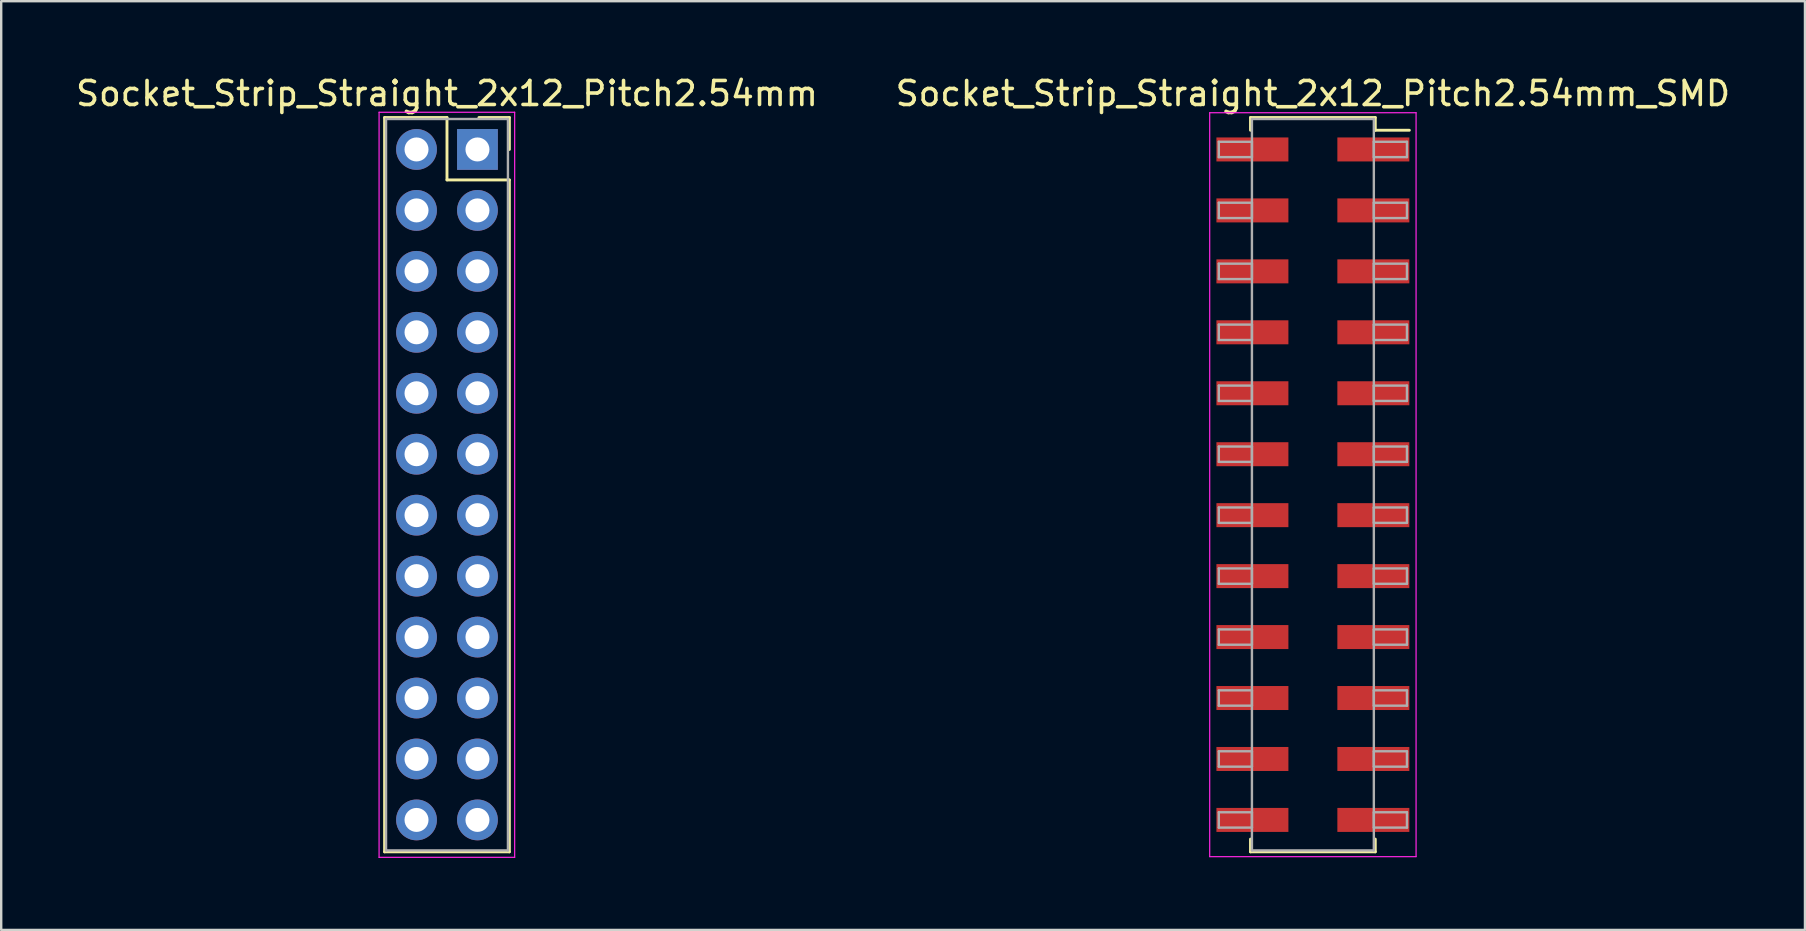
<source format=kicad_pcb>
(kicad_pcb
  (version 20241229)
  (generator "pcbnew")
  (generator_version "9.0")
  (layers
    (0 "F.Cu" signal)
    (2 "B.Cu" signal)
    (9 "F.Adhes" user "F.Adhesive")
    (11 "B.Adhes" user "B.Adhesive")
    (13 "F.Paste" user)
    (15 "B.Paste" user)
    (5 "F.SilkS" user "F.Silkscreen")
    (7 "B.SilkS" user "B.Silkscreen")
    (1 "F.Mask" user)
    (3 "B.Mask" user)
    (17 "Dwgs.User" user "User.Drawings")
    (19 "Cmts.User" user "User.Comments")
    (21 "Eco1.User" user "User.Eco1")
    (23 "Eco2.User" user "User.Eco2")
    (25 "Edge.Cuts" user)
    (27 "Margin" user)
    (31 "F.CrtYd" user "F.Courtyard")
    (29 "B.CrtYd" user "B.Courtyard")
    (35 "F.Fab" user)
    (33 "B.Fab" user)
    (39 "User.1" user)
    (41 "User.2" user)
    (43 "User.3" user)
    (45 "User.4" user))
  (footprint "Socket_Strip_Straight_2x12_Pitch2.54mm_SMD"
    (layer "F.Cu")
    (at 51.661 17.148)
    (property "Reference" "Socket_Strip_Straight_2x12_Pitch2.54mm_SMD" (at 0 -16.3 0) (layer "F.SilkS") (effects (font (size 1 1) (thickness 0.15))))
    (attr smd)
    (fp_line (start -2.6 -15.3) (end 2.6 -15.3) (stroke (width 0.12) (type solid)) (layer "F.SilkS"))
    (fp_line (start -2.6 -14.77) (end -2.6 -15.3) (stroke (width 0.12) (type solid)) (layer "F.SilkS"))
    (fp_line (start -2.6 14.77) (end -2.6 15.3) (stroke (width 0.12) (type solid)) (layer "F.SilkS"))
    (fp_line (start -2.6 15.3) (end 2.6 15.3) (stroke (width 0.12) (type solid)) (layer "F.SilkS"))
    (fp_line (start 2.6 -15.3) (end 2.6 -14.77) (stroke (width 0.12) (type solid)) (layer "F.SilkS"))
    (fp_line (start 2.6 15.3) (end 2.6 14.77) (stroke (width 0.12) (type solid)) (layer "F.SilkS"))
    (fp_line (start 4.02 -14.77) (end 2.6 -14.77) (stroke (width 0.12) (type solid)) (layer "F.SilkS"))
    (fp_line (start -4.3 -15.5) (end -4.3 15.5) (stroke (width 0.05) (type solid)) (layer "F.CrtYd"))
    (fp_line (start -4.3 15.5) (end 4.3 15.5) (stroke (width 0.05) (type solid)) (layer "F.CrtYd"))
    (fp_line (start 4.3 -15.5) (end -4.3 -15.5) (stroke (width 0.05) (type solid)) (layer "F.CrtYd"))
    (fp_line (start 4.3 15.5) (end 4.3 -15.5) (stroke (width 0.05) (type solid)) (layer "F.CrtYd"))
    (fp_line (start -3.92 -14.29) (end -2.54 -14.29) (stroke (width 0.1) (type solid)) (layer "F.Fab"))
    (fp_line (start -3.92 -13.65) (end -3.92 -14.29) (stroke (width 0.1) (type solid)) (layer "F.Fab"))
    (fp_line (start -3.92 -11.75) (end -2.54 -11.75) (stroke (width 0.1) (type solid)) (layer "F.Fab"))
    (fp_line (start -3.92 -11.11) (end -3.92 -11.75) (stroke (width 0.1) (type solid)) (layer "F.Fab"))
    (fp_line (start -3.92 -9.21) (end -2.54 -9.21) (stroke (width 0.1) (type solid)) (layer "F.Fab"))
    (fp_line (start -3.92 -8.57) (end -3.92 -9.21) (stroke (width 0.1) (type solid)) (layer "F.Fab"))
    (fp_line (start -3.92 -6.67) (end -2.54 -6.67) (stroke (width 0.1) (type solid)) (layer "F.Fab"))
    (fp_line (start -3.92 -6.03) (end -3.92 -6.67) (stroke (width 0.1) (type solid)) (layer "F.Fab"))
    (fp_line (start -3.92 -4.13) (end -2.54 -4.13) (stroke (width 0.1) (type solid)) (layer "F.Fab"))
    (fp_line (start -3.92 -3.49) (end -3.92 -4.13) (stroke (width 0.1) (type solid)) (layer "F.Fab"))
    (fp_line (start -3.92 -1.59) (end -2.54 -1.59) (stroke (width 0.1) (type solid)) (layer "F.Fab"))
    (fp_line (start -3.92 -0.95) (end -3.92 -1.59) (stroke (width 0.1) (type solid)) (layer "F.Fab"))
    (fp_line (start -3.92 0.95) (end -2.54 0.95) (stroke (width 0.1) (type solid)) (layer "F.Fab"))
    (fp_line (start -3.92 1.59) (end -3.92 0.95) (stroke (width 0.1) (type solid)) (layer "F.Fab"))
    (fp_line (start -3.92 3.49) (end -2.54 3.49) (stroke (width 0.1) (type solid)) (layer "F.Fab"))
    (fp_line (start -3.92 4.13) (end -3.92 3.49) (stroke (width 0.1) (type solid)) (layer "F.Fab"))
    (fp_line (start -3.92 6.03) (end -2.54 6.03) (stroke (width 0.1) (type solid)) (layer "F.Fab"))
    (fp_line (start -3.92 6.67) (end -3.92 6.03) (stroke (width 0.1) (type solid)) (layer "F.Fab"))
    (fp_line (start -3.92 8.57) (end -2.54 8.57) (stroke (width 0.1) (type solid)) (layer "F.Fab"))
    (fp_line (start -3.92 9.21) (end -3.92 8.57) (stroke (width 0.1) (type solid)) (layer "F.Fab"))
    (fp_line (start -3.92 11.11) (end -2.54 11.11) (stroke (width 0.1) (type solid)) (layer "F.Fab"))
    (fp_line (start -3.92 11.75) (end -3.92 11.11) (stroke (width 0.1) (type solid)) (layer "F.Fab"))
    (fp_line (start -3.92 13.65) (end -2.54 13.65) (stroke (width 0.1) (type solid)) (layer "F.Fab"))
    (fp_line (start -3.92 14.29) (end -3.92 13.65) (stroke (width 0.1) (type solid)) (layer "F.Fab"))
    (fp_line (start -2.54 -15.24) (end -2.54 15.24) (stroke (width 0.1) (type solid)) (layer "F.Fab"))
    (fp_line (start -2.54 -14.29) (end -2.54 -13.65) (stroke (width 0.1) (type solid)) (layer "F.Fab"))
    (fp_line (start -2.54 -13.65) (end -3.92 -13.65) (stroke (width 0.1) (type solid)) (layer "F.Fab"))
    (fp_line (start -2.54 -11.75) (end -2.54 -11.11) (stroke (width 0.1) (type solid)) (layer "F.Fab"))
    (fp_line (start -2.54 -11.11) (end -3.92 -11.11) (stroke (width 0.1) (type solid)) (layer "F.Fab"))
    (fp_line (start -2.54 -9.21) (end -2.54 -8.57) (stroke (width 0.1) (type solid)) (layer "F.Fab"))
    (fp_line (start -2.54 -8.57) (end -3.92 -8.57) (stroke (width 0.1) (type solid)) (layer "F.Fab"))
    (fp_line (start -2.54 -6.67) (end -2.54 -6.03) (stroke (width 0.1) (type solid)) (layer "F.Fab"))
    (fp_line (start -2.54 -6.03) (end -3.92 -6.03) (stroke (width 0.1) (type solid)) (layer "F.Fab"))
    (fp_line (start -2.54 -4.13) (end -2.54 -3.49) (stroke (width 0.1) (type solid)) (layer "F.Fab"))
    (fp_line (start -2.54 -3.49) (end -3.92 -3.49) (stroke (width 0.1) (type solid)) (layer "F.Fab"))
    (fp_line (start -2.54 -1.59) (end -2.54 -0.95) (stroke (width 0.1) (type solid)) (layer "F.Fab"))
    (fp_line (start -2.54 -0.95) (end -3.92 -0.95) (stroke (width 0.1) (type solid)) (layer "F.Fab"))
    (fp_line (start -2.54 0.95) (end -2.54 1.59) (stroke (width 0.1) (type solid)) (layer "F.Fab"))
    (fp_line (start -2.54 1.59) (end -3.92 1.59) (stroke (width 0.1) (type solid)) (layer "F.Fab"))
    (fp_line (start -2.54 3.49) (end -2.54 4.13) (stroke (width 0.1) (type solid)) (layer "F.Fab"))
    (fp_line (start -2.54 4.13) (end -3.92 4.13) (stroke (width 0.1) (type solid)) (layer "F.Fab"))
    (fp_line (start -2.54 6.03) (end -2.54 6.67) (stroke (width 0.1) (type solid)) (layer "F.Fab"))
    (fp_line (start -2.54 6.67) (end -3.92 6.67) (stroke (width 0.1) (type solid)) (layer "F.Fab"))
    (fp_line (start -2.54 8.57) (end -2.54 9.21) (stroke (width 0.1) (type solid)) (layer "F.Fab"))
    (fp_line (start -2.54 9.21) (end -3.92 9.21) (stroke (width 0.1) (type solid)) (layer "F.Fab"))
    (fp_line (start -2.54 11.11) (end -2.54 11.75) (stroke (width 0.1) (type solid)) (layer "F.Fab"))
    (fp_line (start -2.54 11.75) (end -3.92 11.75) (stroke (width 0.1) (type solid)) (layer "F.Fab"))
    (fp_line (start -2.54 13.65) (end -2.54 14.29) (stroke (width 0.1) (type solid)) (layer "F.Fab"))
    (fp_line (start -2.54 14.29) (end -3.92 14.29) (stroke (width 0.1) (type solid)) (layer "F.Fab"))
    (fp_line (start -2.54 15.24) (end 2.54 15.24) (stroke (width 0.1) (type solid)) (layer "F.Fab"))
    (fp_line (start 2.54 -15.24) (end -2.54 -15.24) (stroke (width 0.1) (type solid)) (layer "F.Fab"))
    (fp_line (start 2.54 -14.29) (end 2.54 -13.65) (stroke (width 0.1) (type solid)) (layer "F.Fab"))
    (fp_line (start 2.54 -13.65) (end 3.92 -13.65) (stroke (width 0.1) (type solid)) (layer "F.Fab"))
    (fp_line (start 2.54 -11.75) (end 2.54 -11.11) (stroke (width 0.1) (type solid)) (layer "F.Fab"))
    (fp_line (start 2.54 -11.11) (end 3.92 -11.11) (stroke (width 0.1) (type solid)) (layer "F.Fab"))
    (fp_line (start 2.54 -9.21) (end 2.54 -8.57) (stroke (width 0.1) (type solid)) (layer "F.Fab"))
    (fp_line (start 2.54 -8.57) (end 3.92 -8.57) (stroke (width 0.1) (type solid)) (layer "F.Fab"))
    (fp_line (start 2.54 -6.67) (end 2.54 -6.03) (stroke (width 0.1) (type solid)) (layer "F.Fab"))
    (fp_line (start 2.54 -6.03) (end 3.92 -6.03) (stroke (width 0.1) (type solid)) (layer "F.Fab"))
    (fp_line (start 2.54 -4.13) (end 2.54 -3.49) (stroke (width 0.1) (type solid)) (layer "F.Fab"))
    (fp_line (start 2.54 -3.49) (end 3.92 -3.49) (stroke (width 0.1) (type solid)) (layer "F.Fab"))
    (fp_line (start 2.54 -1.59) (end 2.54 -0.95) (stroke (width 0.1) (type solid)) (layer "F.Fab"))
    (fp_line (start 2.54 -0.95) (end 3.92 -0.95) (stroke (width 0.1) (type solid)) (layer "F.Fab"))
    (fp_line (start 2.54 0.95) (end 2.54 1.59) (stroke (width 0.1) (type solid)) (layer "F.Fab"))
    (fp_line (start 2.54 1.59) (end 3.92 1.59) (stroke (width 0.1) (type solid)) (layer "F.Fab"))
    (fp_line (start 2.54 3.49) (end 2.54 4.13) (stroke (width 0.1) (type solid)) (layer "F.Fab"))
    (fp_line (start 2.54 4.13) (end 3.92 4.13) (stroke (width 0.1) (type solid)) (layer "F.Fab"))
    (fp_line (start 2.54 6.03) (end 2.54 6.67) (stroke (width 0.1) (type solid)) (layer "F.Fab"))
    (fp_line (start 2.54 6.67) (end 3.92 6.67) (stroke (width 0.1) (type solid)) (layer "F.Fab"))
    (fp_line (start 2.54 8.57) (end 2.54 9.21) (stroke (width 0.1) (type solid)) (layer "F.Fab"))
    (fp_line (start 2.54 9.21) (end 3.92 9.21) (stroke (width 0.1) (type solid)) (layer "F.Fab"))
    (fp_line (start 2.54 11.11) (end 2.54 11.75) (stroke (width 0.1) (type solid)) (layer "F.Fab"))
    (fp_line (start 2.54 11.75) (end 3.92 11.75) (stroke (width 0.1) (type solid)) (layer "F.Fab"))
    (fp_line (start 2.54 13.65) (end 2.54 14.29) (stroke (width 0.1) (type solid)) (layer "F.Fab"))
    (fp_line (start 2.54 14.29) (end 3.92 14.29) (stroke (width 0.1) (type solid)) (layer "F.Fab"))
    (fp_line (start 2.54 15.24) (end 2.54 -15.24) (stroke (width 0.1) (type solid)) (layer "F.Fab"))
    (fp_line (start 3.92 -14.29) (end 2.54 -14.29) (stroke (width 0.1) (type solid)) (layer "F.Fab"))
    (fp_line (start 3.92 -13.65) (end 3.92 -14.29) (stroke (width 0.1) (type solid)) (layer "F.Fab"))
    (fp_line (start 3.92 -11.75) (end 2.54 -11.75) (stroke (width 0.1) (type solid)) (layer "F.Fab"))
    (fp_line (start 3.92 -11.11) (end 3.92 -11.75) (stroke (width 0.1) (type solid)) (layer "F.Fab"))
    (fp_line (start 3.92 -9.21) (end 2.54 -9.21) (stroke (width 0.1) (type solid)) (layer "F.Fab"))
    (fp_line (start 3.92 -8.57) (end 3.92 -9.21) (stroke (width 0.1) (type solid)) (layer "F.Fab"))
    (fp_line (start 3.92 -6.67) (end 2.54 -6.67) (stroke (width 0.1) (type solid)) (layer "F.Fab"))
    (fp_line (start 3.92 -6.03) (end 3.92 -6.67) (stroke (width 0.1) (type solid)) (layer "F.Fab"))
    (fp_line (start 3.92 -4.13) (end 2.54 -4.13) (stroke (width 0.1) (type solid)) (layer "F.Fab"))
    (fp_line (start 3.92 -3.49) (end 3.92 -4.13) (stroke (width 0.1) (type solid)) (layer "F.Fab"))
    (fp_line (start 3.92 -1.59) (end 2.54 -1.59) (stroke (width 0.1) (type solid)) (layer "F.Fab"))
    (fp_line (start 3.92 -0.95) (end 3.92 -1.59) (stroke (width 0.1) (type solid)) (layer "F.Fab"))
    (fp_line (start 3.92 0.95) (end 2.54 0.95) (stroke (width 0.1) (type solid)) (layer "F.Fab"))
    (fp_line (start 3.92 1.59) (end 3.92 0.95) (stroke (width 0.1) (type solid)) (layer "F.Fab"))
    (fp_line (start 3.92 3.49) (end 2.54 3.49) (stroke (width 0.1) (type solid)) (layer "F.Fab"))
    (fp_line (start 3.92 4.13) (end 3.92 3.49) (stroke (width 0.1) (type solid)) (layer "F.Fab"))
    (fp_line (start 3.92 6.03) (end 2.54 6.03) (stroke (width 0.1) (type solid)) (layer "F.Fab"))
    (fp_line (start 3.92 6.67) (end 3.92 6.03) (stroke (width 0.1) (type solid)) (layer "F.Fab"))
    (fp_line (start 3.92 8.57) (end 2.54 8.57) (stroke (width 0.1) (type solid)) (layer "F.Fab"))
    (fp_line (start 3.92 9.21) (end 3.92 8.57) (stroke (width 0.1) (type solid)) (layer "F.Fab"))
    (fp_line (start 3.92 11.11) (end 2.54 11.11) (stroke (width 0.1) (type solid)) (layer "F.Fab"))
    (fp_line (start 3.92 11.75) (end 3.92 11.11) (stroke (width 0.1) (type solid)) (layer "F.Fab"))
    (fp_line (start 3.92 13.65) (end 2.54 13.65) (stroke (width 0.1) (type solid)) (layer "F.Fab"))
    (fp_line (start 3.92 14.29) (end 3.92 13.65) (stroke (width 0.1) (type solid)) (layer "F.Fab"))
    (pad "1" smd rect (at 2.52 -13.97) (size 3 1) (layers "F.Cu" "F.Mask"))
    (pad "2" smd rect (at -2.52 -13.97) (size 3 1) (layers "F.Cu" "F.Mask"))
    (pad "3" smd rect (at 2.52 -11.43) (size 3 1) (layers "F.Cu" "F.Mask"))
    (pad "4" smd rect (at -2.52 -11.43) (size 3 1) (layers "F.Cu" "F.Mask"))
    (pad "5" smd rect (at 2.52 -8.89) (size 3 1) (layers "F.Cu" "F.Mask"))
    (pad "6" smd rect (at -2.52 -8.89) (size 3 1) (layers "F.Cu" "F.Mask"))
    (pad "7" smd rect (at 2.52 -6.35) (size 3 1) (layers "F.Cu" "F.Mask"))
    (pad "8" smd rect (at -2.52 -6.35) (size 3 1) (layers "F.Cu" "F.Mask"))
    (pad "9" smd rect (at 2.52 -3.81) (size 3 1) (layers "F.Cu" "F.Mask"))
    (pad "10" smd rect (at -2.52 -3.81) (size 3 1) (layers "F.Cu" "F.Mask"))
    (pad "11" smd rect (at 2.52 -1.27) (size 3 1) (layers "F.Cu" "F.Mask"))
    (pad "12" smd rect (at -2.52 -1.27) (size 3 1) (layers "F.Cu" "F.Mask"))
    (pad "13" smd rect (at 2.52 1.27) (size 3 1) (layers "F.Cu" "F.Mask"))
    (pad "14" smd rect (at -2.52 1.27) (size 3 1) (layers "F.Cu" "F.Mask"))
    (pad "15" smd rect (at 2.52 3.81) (size 3 1) (layers "F.Cu" "F.Mask"))
    (pad "16" smd rect (at -2.52 3.81) (size 3 1) (layers "F.Cu" "F.Mask"))
    (pad "17" smd rect (at 2.52 6.35) (size 3 1) (layers "F.Cu" "F.Mask"))
    (pad "18" smd rect (at -2.52 6.35) (size 3 1) (layers "F.Cu" "F.Mask"))
    (pad "19" smd rect (at 2.52 8.89) (size 3 1) (layers "F.Cu" "F.Mask"))
    (pad "20" smd rect (at -2.52 8.89) (size 3 1) (layers "F.Cu" "F.Mask"))
    (pad "21" smd rect (at 2.52 11.43) (size 3 1) (layers "F.Cu" "F.Mask"))
    (pad "22" smd rect (at -2.52 11.43) (size 3 1) (layers "F.Cu" "F.Mask"))
    (pad "23" smd rect (at 2.52 13.97) (size 3 1) (layers "F.Cu" "F.Mask"))
    (pad "24" smd rect (at -2.52 13.97) (size 3 1) (layers "F.Cu" "F.Mask")))
  (footprint "Socket_Strip_Straight_2x12_Pitch2.54mm"
    (layer "F.Cu")
    (at 16.847 3.178)
    (property "Reference" "Socket_Strip_Straight_2x12_Pitch2.54mm" (at -1.27 -2.33 0) (layer "F.SilkS") (effects (font (size 1 1) (thickness 0.15))))
    (attr through_hole)
    (fp_line (start -3.87 -1.33) (end -1.27 -1.33) (stroke (width 0.12) (type solid)) (layer "F.SilkS"))
    (fp_line (start -3.87 29.27) (end -3.87 -1.33) (stroke (width 0.12) (type solid)) (layer "F.SilkS"))
    (fp_line (start -1.27 -1.33) (end -1.27 1.27) (stroke (width 0.12) (type solid)) (layer "F.SilkS"))
    (fp_line (start -1.27 1.27) (end 1.33 1.27) (stroke (width 0.12) (type solid)) (layer "F.SilkS"))
    (fp_line (start 1.33 -1.33) (end 0.06 -1.33) (stroke (width 0.12) (type solid)) (layer "F.SilkS"))
    (fp_line (start 1.33 0) (end 1.33 -1.33) (stroke (width 0.12) (type solid)) (layer "F.SilkS"))
    (fp_line (start 1.33 1.27) (end 1.33 29.27) (stroke (width 0.12) (type solid)) (layer "F.SilkS"))
    (fp_line (start 1.33 29.27) (end -3.87 29.27) (stroke (width 0.12) (type solid)) (layer "F.SilkS"))
    (fp_line (start -4.1 -1.55) (end -4.1 29.5) (stroke (width 0.05) (type solid)) (layer "F.CrtYd"))
    (fp_line (start -4.1 29.5) (end 1.55 29.5) (stroke (width 0.05) (type solid)) (layer "F.CrtYd"))
    (fp_line (start 1.55 -1.55) (end -4.1 -1.55) (stroke (width 0.05) (type solid)) (layer "F.CrtYd"))
    (fp_line (start 1.55 29.5) (end 1.55 -1.55) (stroke (width 0.05) (type solid)) (layer "F.CrtYd"))
    (fp_line (start -3.81 -1.27) (end -3.81 29.21) (stroke (width 0.1) (type solid)) (layer "F.Fab"))
    (fp_line (start -3.81 29.21) (end 1.27 29.21) (stroke (width 0.1) (type solid)) (layer "F.Fab"))
    (fp_line (start 1.27 -1.27) (end -3.81 -1.27) (stroke (width 0.1) (type solid)) (layer "F.Fab"))
    (fp_line (start 1.27 29.21) (end 1.27 -1.27) (stroke (width 0.1) (type solid)) (layer "F.Fab"))
    (pad "1" thru_hole rect (at 0 0) (size 1.7 1.7) (drill 1) (layers "*.Cu" "*.Mask"))
    (pad "2" thru_hole oval (at -2.54 0) (size 1.7 1.7) (drill 1) (layers "*.Cu" "*.Mask"))
    (pad "3" thru_hole oval (at 0 2.54) (size 1.7 1.7) (drill 1) (layers "*.Cu" "*.Mask"))
    (pad "4" thru_hole oval (at -2.54 2.54) (size 1.7 1.7) (drill 1) (layers "*.Cu" "*.Mask"))
    (pad "5" thru_hole oval (at 0 5.08) (size 1.7 1.7) (drill 1) (layers "*.Cu" "*.Mask"))
    (pad "6" thru_hole oval (at -2.54 5.08) (size 1.7 1.7) (drill 1) (layers "*.Cu" "*.Mask"))
    (pad "7" thru_hole oval (at 0 7.62) (size 1.7 1.7) (drill 1) (layers "*.Cu" "*.Mask"))
    (pad "8" thru_hole oval (at -2.54 7.62) (size 1.7 1.7) (drill 1) (layers "*.Cu" "*.Mask"))
    (pad "9" thru_hole oval (at 0 10.16) (size 1.7 1.7) (drill 1) (layers "*.Cu" "*.Mask"))
    (pad "10" thru_hole oval (at -2.54 10.16) (size 1.7 1.7) (drill 1) (layers "*.Cu" "*.Mask"))
    (pad "11" thru_hole oval (at 0 12.7) (size 1.7 1.7) (drill 1) (layers "*.Cu" "*.Mask"))
    (pad "12" thru_hole oval (at -2.54 12.7) (size 1.7 1.7) (drill 1) (layers "*.Cu" "*.Mask"))
    (pad "13" thru_hole oval (at 0 15.24) (size 1.7 1.7) (drill 1) (layers "*.Cu" "*.Mask"))
    (pad "14" thru_hole oval (at -2.54 15.24) (size 1.7 1.7) (drill 1) (layers "*.Cu" "*.Mask"))
    (pad "15" thru_hole oval (at 0 17.78) (size 1.7 1.7) (drill 1) (layers "*.Cu" "*.Mask"))
    (pad "16" thru_hole oval (at -2.54 17.78) (size 1.7 1.7) (drill 1) (layers "*.Cu" "*.Mask"))
    (pad "17" thru_hole oval (at 0 20.32) (size 1.7 1.7) (drill 1) (layers "*.Cu" "*.Mask"))
    (pad "18" thru_hole oval (at -2.54 20.32) (size 1.7 1.7) (drill 1) (layers "*.Cu" "*.Mask"))
    (pad "19" thru_hole oval (at 0 22.86) (size 1.7 1.7) (drill 1) (layers "*.Cu" "*.Mask"))
    (pad "20" thru_hole oval (at -2.54 22.86) (size 1.7 1.7) (drill 1) (layers "*.Cu" "*.Mask"))
    (pad "21" thru_hole oval (at 0 25.4) (size 1.7 1.7) (drill 1) (layers "*.Cu" "*.Mask"))
    (pad "22" thru_hole oval (at -2.54 25.4) (size 1.7 1.7) (drill 1) (layers "*.Cu" "*.Mask"))
    (pad "23" thru_hole oval (at 0 27.94) (size 1.7 1.7) (drill 1) (layers "*.Cu" "*.Mask"))
    (pad "24" thru_hole oval (at -2.54 27.94) (size 1.7 1.7) (drill 1) (layers "*.Cu" "*.Mask")))
  (gr_rect
    (start -3 -3)
    (end 72.167 35.703)
    (stroke (width 0.1) (type default))
    (fill no)
    (layer "Edge.Cuts")))
</source>
